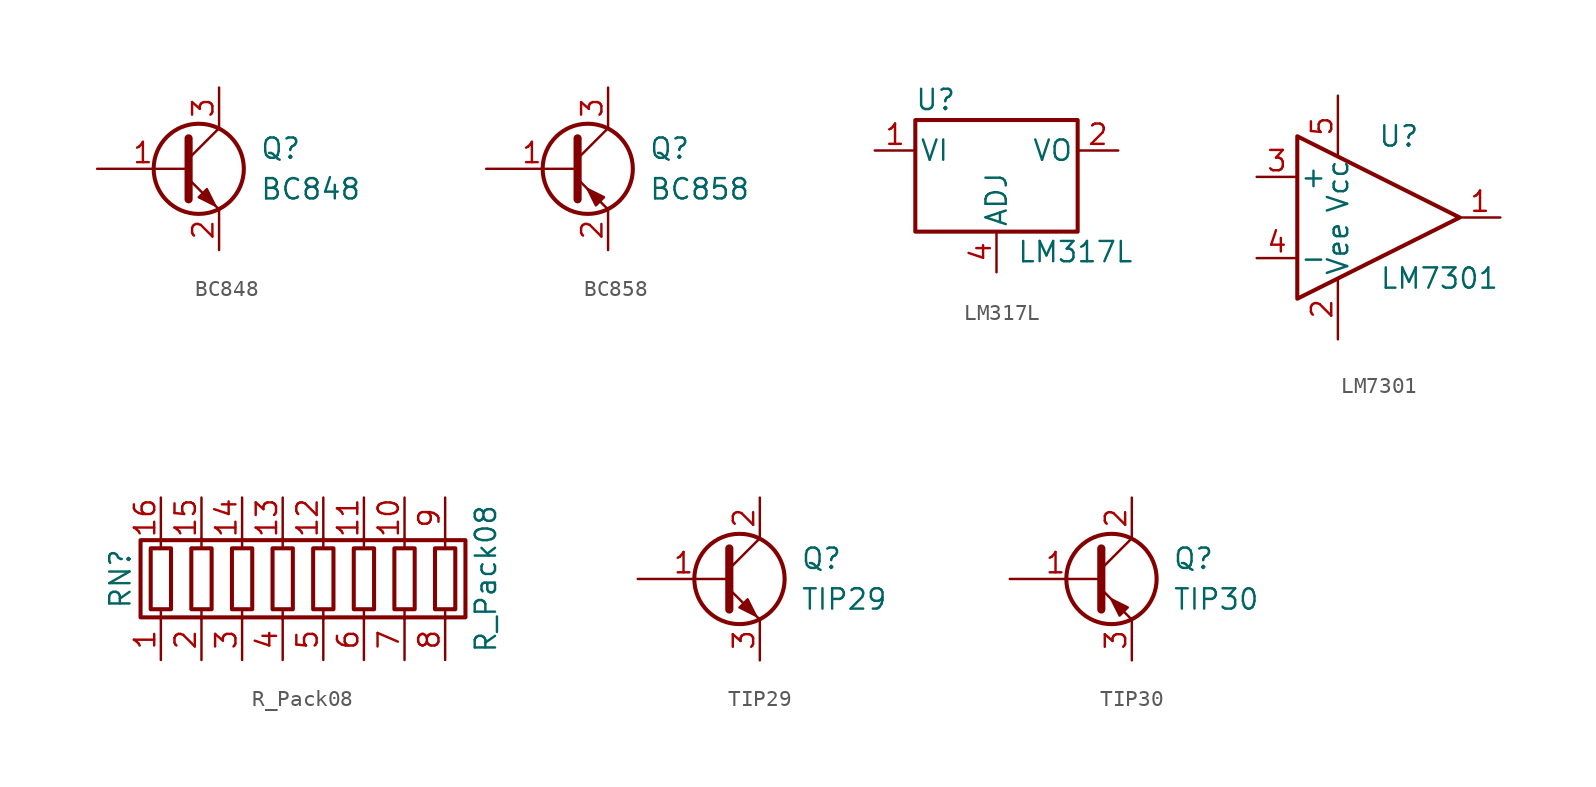
<source format=kicad_sym>
(kicad_symbol_lib
  (version 20220914)
  (generator kicad_symbol_editor)
  (symbol "BC848"
    (pin_names
      (offset 0) hide)
    (property "Reference" "Q"
      (at 5.08 1.27 0)
      (effects (font (size 1.27 1.27)) (justify left)))
    (property "Value" "BC848"
      (at 5.08 -1.27 0)
      (effects (font (size 1.27 1.27)) (justify left)))
    (symbol "BC848_0_1"
      (polyline (pts (xy 0.635 0.635) (xy 2.54 2.54)) (stroke (width 0) (type default)) (fill (type none)))
      (polyline (pts (xy 0.635 -0.635) (xy 2.54 -2.54) (xy 2.54 -2.54)) (stroke (width 0) (type default)) (fill (type none)))
      (polyline (pts (xy 0.635 1.905) (xy 0.635 -1.905) (xy 0.635 -1.905)) (stroke (width 0.508) (type default)) (fill (type none)))
      (polyline (pts (xy 1.27 -1.778) (xy 1.778 -1.27) (xy 2.286 -2.286) (xy 1.27 -1.778) (xy 1.27 -1.778)) (stroke (width 0) (type default)) (fill (type outline)))
      (circle (center 1.27 0) (radius 2.819) (stroke (width 0.254) (type default)) (fill (type none))))
    (symbol "BC848_1_1"
      (pin passive line (at -5.08 0 0) (length 5.715) (name "B" (effects (font (size 1.27 1.27)))) (number "1" (effects (font (size 1.27 1.27)))))
      (pin passive line (at 2.54 -5.08 90) (length 2.54) (name "E" (effects (font (size 1.27 1.27)))) (number "2" (effects (font (size 1.27 1.27)))))
      (pin passive line (at 2.54 5.08 270) (length 2.54) (name "C" (effects (font (size 1.27 1.27)))) (number "3" (effects (font (size 1.27 1.27)))))))
  (symbol "BC858"
    (pin_names
      (offset 0) hide)
    (property "Reference" "Q"
      (at 5.08 1.27 0)
      (effects (font (size 1.27 1.27)) (justify left)))
    (property "Value" "BC858"
      (at 5.08 -1.27 0)
      (effects (font (size 1.27 1.27)) (justify left)))
    (symbol "BC858_0_1"
      (polyline (pts (xy 0.635 0.635) (xy 2.54 2.54)) (stroke (width 0) (type default)) (fill (type none)))
      (polyline (pts (xy 0.635 -0.635) (xy 2.54 -2.54) (xy 2.54 -2.54)) (stroke (width 0) (type default)) (fill (type none)))
      (polyline (pts (xy 0.635 1.905) (xy 0.635 -1.905) (xy 0.635 -1.905)) (stroke (width 0.508) (type default)) (fill (type none)))
      (polyline (pts (xy 2.286 -1.778) (xy 1.778 -2.286) (xy 1.27 -1.27) (xy 2.286 -1.778) (xy 2.286 -1.778)) (stroke (width 0) (type default)) (fill (type outline)))
      (circle (center 1.27 0) (radius 2.819) (stroke (width 0.254) (type default)) (fill (type none))))
    (symbol "BC858_1_1"
      (pin input line (at -5.08 0 0) (length 5.715) (name "B" (effects (font (size 1.27 1.27)))) (number "1" (effects (font (size 1.27 1.27)))))
      (pin passive line (at 2.54 -5.08 90) (length 2.54) (name "E" (effects (font (size 1.27 1.27)))) (number "2" (effects (font (size 1.27 1.27)))))
      (pin passive line (at 2.54 5.08 270) (length 2.54) (name "C" (effects (font (size 1.27 1.27)))) (number "3" (effects (font (size 1.27 1.27)))))))
  (symbol "LM317L"
    (pin_names
      (offset 0.254))
    (property "Reference" "U"
      (at -3.81 3.175 0)
      (effects (font (size 1.27 1.27))))
    (property "Value" "LM317L"
      (at 1.27 -6.35 0)
      (effects (font (size 1.27 1.27)) (justify left)))
    (symbol "LM317L_1_1"
      (rectangle (start -5.08 1.905) (end 5.08 -5.08) (stroke (width 0.254) (type default)) (fill (type none)))
      (pin power_in line (at -7.62 0 0) (length 2.54) (name "VI" (effects (font (size 1.27 1.27)))) (number "1" (effects (font (size 1.27 1.27)))))
      (pin power_out line (at 7.62 0 180) (length 2.54) (name "VO" (effects (font (size 1.27 1.27)))) (number "2" (effects (font (size 1.27 1.27)))))
      (pin passive line (at 7.62 0 180) (length 2.54) hide (name "VO" (effects (font (size 1.27 1.27)))) (number "3" (effects (font (size 1.27 1.27)))))
      (pin input line (at 0 -7.62 90) (length 2.54) (name "ADJ" (effects (font (size 1.27 1.27)))) (number "4" (effects (font (size 1.27 1.27)))))
      (pin no_connect line (at -5.08 -2.54 0) (length 2.54) hide (name "NC" (effects (font (size 1.27 1.27)))) (number "5" (effects (font (size 1.27 1.27)))))
      (pin passive line (at 7.62 0 180) (length 2.54) hide (name "VO" (effects (font (size 1.27 1.27)))) (number "6" (effects (font (size 1.27 1.27)))))
      (pin passive line (at 7.62 0 180) (length 2.54) hide (name "VO" (effects (font (size 1.27 1.27)))) (number "7" (effects (font (size 1.27 1.27)))))
      (pin no_connect line (at 5.08 -2.54 180) (length 2.54) hide (name "NC" (effects (font (size 1.27 1.27)))) (number "8" (effects (font (size 1.27 1.27)))))))
  (symbol "LM7301"
    (pin_names
      (offset 0.127))
    (property "Reference" "U"
      (at 1.27 5.08 0)
      (effects (font (size 1.27 1.27))))
    (property "Value" "LM7301"
      (at 3.81 -3.81 0)
      (effects (font (size 1.27 1.27))))
    (symbol "LM7301_1_1"
      (polyline (pts (xy -5.08 5.08) (xy 5.08 0) (xy -5.08 -5.08) (xy -5.08 5.08)) (stroke (width 0.254) (type default)) (fill (type none)))
      (pin output line (at 7.62 0 180) (length 2.54) (name "~" (effects (font (size 1.27 1.27)))) (number "1" (effects (font (size 1.27 1.27)))))
      (pin power_in line (at -2.54 -7.62 90) (length 3.81) (name "Vee" (effects (font (size 1.27 1.27)))) (number "2" (effects (font (size 1.27 1.27)))))
      (pin input line (at -7.62 2.54 0) (length 2.54) (name "+" (effects (font (size 1.27 1.27)))) (number "3" (effects (font (size 1.27 1.27)))))
      (pin input line (at -7.62 -2.54 0) (length 2.54) (name "-" (effects (font (size 1.27 1.27)))) (number "4" (effects (font (size 1.27 1.27)))))
      (pin power_in line (at -2.54 7.62 270) (length 3.81) (name "Vcc" (effects (font (size 1.27 1.27)))) (number "5" (effects (font (size 1.27 1.27)))))))
  (symbol "R_Pack08"
    (pin_names
      (offset 0) hide)
    (property "Reference" "RN"
      (at -12.7 0 90)
      (effects (font (size 1.27 1.27))))
    (property "Value" "R_Pack08"
      (at 10.16 0 90)
      (effects (font (size 1.27 1.27))))
    (symbol "R_Pack08_0_1"
      (rectangle (start -10.795 1.905) (end -9.525 -1.905) (stroke (width 0.254) (type default)) (fill (type none)))
      (rectangle (start -8.255 1.905) (end -6.985 -1.905) (stroke (width 0.254) (type default)) (fill (type none)))
      (rectangle (start -5.715 1.905) (end -4.445 -1.905) (stroke (width 0.254) (type default)) (fill (type none)))
      (rectangle (start -3.175 1.905) (end -1.905 -1.905) (stroke (width 0.254) (type default)) (fill (type none)))
      (rectangle (start -0.635 1.905) (end 0.635 -1.905) (stroke (width 0.254) (type default)) (fill (type none)))
      (polyline (pts (xy -10.16 -2.54) (xy -10.16 -1.905)) (stroke (width 0) (type default)) (fill (type none)))
      (polyline (pts (xy -10.16 1.905) (xy -10.16 2.54)) (stroke (width 0) (type default)) (fill (type none)))
      (polyline (pts (xy -7.62 -2.54) (xy -7.62 -1.905)) (stroke (width 0) (type default)) (fill (type none)))
      (polyline (pts (xy -7.62 1.905) (xy -7.62 2.54)) (stroke (width 0) (type default)) (fill (type none)))
      (polyline (pts (xy -5.08 -2.54) (xy -5.08 -1.905)) (stroke (width 0) (type default)) (fill (type none)))
      (polyline (pts (xy -5.08 1.905) (xy -5.08 2.54)) (stroke (width 0) (type default)) (fill (type none)))
      (polyline (pts (xy -2.54 -2.54) (xy -2.54 -1.905)) (stroke (width 0) (type default)) (fill (type none)))
      (polyline (pts (xy -2.54 1.905) (xy -2.54 2.54)) (stroke (width 0) (type default)) (fill (type none)))
      (polyline (pts (xy 0 -2.54) (xy 0 -1.905)) (stroke (width 0) (type default)) (fill (type none)))
      (polyline (pts (xy 0 1.905) (xy 0 2.54)) (stroke (width 0) (type default)) (fill (type none)))
      (polyline (pts (xy 2.54 -2.54) (xy 2.54 -1.905)) (stroke (width 0) (type default)) (fill (type none)))
      (polyline (pts (xy 2.54 1.905) (xy 2.54 2.54)) (stroke (width 0) (type default)) (fill (type none)))
      (polyline (pts (xy 5.08 -2.54) (xy 5.08 -1.905)) (stroke (width 0) (type default)) (fill (type none)))
      (polyline (pts (xy 5.08 1.905) (xy 5.08 2.54)) (stroke (width 0) (type default)) (fill (type none)))
      (polyline (pts (xy 7.62 -2.54) (xy 7.62 -1.905)) (stroke (width 0) (type default)) (fill (type none)))
      (polyline (pts (xy 7.62 1.905) (xy 7.62 2.54)) (stroke (width 0) (type default)) (fill (type none)))
      (rectangle (start 1.905 1.905) (end 3.175 -1.905) (stroke (width 0.254) (type default)) (fill (type none)))
      (rectangle (start 4.445 1.905) (end 5.715 -1.905) (stroke (width 0.254) (type default)) (fill (type none)))
      (rectangle (start 6.985 1.905) (end 8.255 -1.905) (stroke (width 0.254) (type default)) (fill (type none))))
    (symbol "R_Pack08_1_1"
      (rectangle (start -11.43 2.413) (end 8.89 -2.413) (stroke (width 0.254) (type default)) (fill (type none)))
      (pin passive line (at -10.16 -5.08 90) (length 2.54) (name "R1.1" (effects (font (size 1.27 1.27)))) (number "1" (effects (font (size 1.27 1.27)))))
      (pin passive line (at 5.08 5.08 270) (length 2.54) (name "R7.2" (effects (font (size 1.27 1.27)))) (number "10" (effects (font (size 1.27 1.27)))))
      (pin passive line (at 2.54 5.08 270) (length 2.54) (name "R6.2" (effects (font (size 1.27 1.27)))) (number "11" (effects (font (size 1.27 1.27)))))
      (pin passive line (at 0 5.08 270) (length 2.54) (name "R5.2" (effects (font (size 1.27 1.27)))) (number "12" (effects (font (size 1.27 1.27)))))
      (pin passive line (at -2.54 5.08 270) (length 2.54) (name "R4.2" (effects (font (size 1.27 1.27)))) (number "13" (effects (font (size 1.27 1.27)))))
      (pin passive line (at -5.08 5.08 270) (length 2.54) (name "R3.2" (effects (font (size 1.27 1.27)))) (number "14" (effects (font (size 1.27 1.27)))))
      (pin passive line (at -7.62 5.08 270) (length 2.54) (name "R2.2" (effects (font (size 1.27 1.27)))) (number "15" (effects (font (size 1.27 1.27)))))
      (pin passive line (at -10.16 5.08 270) (length 2.54) (name "R1.2" (effects (font (size 1.27 1.27)))) (number "16" (effects (font (size 1.27 1.27)))))
      (pin passive line (at -7.62 -5.08 90) (length 2.54) (name "R2.1" (effects (font (size 1.27 1.27)))) (number "2" (effects (font (size 1.27 1.27)))))
      (pin passive line (at -5.08 -5.08 90) (length 2.54) (name "R3.1" (effects (font (size 1.27 1.27)))) (number "3" (effects (font (size 1.27 1.27)))))
      (pin passive line (at -2.54 -5.08 90) (length 2.54) (name "R4.1" (effects (font (size 1.27 1.27)))) (number "4" (effects (font (size 1.27 1.27)))))
      (pin passive line (at 0 -5.08 90) (length 2.54) (name "R5.1" (effects (font (size 1.27 1.27)))) (number "5" (effects (font (size 1.27 1.27)))))
      (pin passive line (at 2.54 -5.08 90) (length 2.54) (name "R6.1" (effects (font (size 1.27 1.27)))) (number "6" (effects (font (size 1.27 1.27)))))
      (pin passive line (at 5.08 -5.08 90) (length 2.54) (name "R7.1" (effects (font (size 1.27 1.27)))) (number "7" (effects (font (size 1.27 1.27)))))
      (pin passive line (at 7.62 -5.08 90) (length 2.54) (name "R8.1" (effects (font (size 1.27 1.27)))) (number "8" (effects (font (size 1.27 1.27)))))
      (pin passive line (at 7.62 5.08 270) (length 2.54) (name "R8.2" (effects (font (size 1.27 1.27)))) (number "9" (effects (font (size 1.27 1.27)))))))
  (symbol "TIP29"
    (pin_names
      (offset 0) hide)
    (property "Reference" "Q"
      (at 5.08 1.27 0)
      (effects (font (size 1.27 1.27)) (justify left)))
    (property "Value" "TIP29"
      (at 5.08 -1.27 0)
      (effects (font (size 1.27 1.27)) (justify left)))
    (symbol "TIP29_0_1"
      (polyline (pts (xy 0.635 0.635) (xy 2.54 2.54)) (stroke (width 0) (type default)) (fill (type none)))
      (polyline (pts (xy 0.635 -0.635) (xy 2.54 -2.54) (xy 2.54 -2.54)) (stroke (width 0) (type default)) (fill (type none)))
      (polyline (pts (xy 0.635 1.905) (xy 0.635 -1.905) (xy 0.635 -1.905)) (stroke (width 0.508) (type default)) (fill (type none)))
      (polyline (pts (xy 1.27 -1.778) (xy 1.778 -1.27) (xy 2.286 -2.286) (xy 1.27 -1.778) (xy 1.27 -1.778)) (stroke (width 0) (type default)) (fill (type outline)))
      (circle (center 1.27 0) (radius 2.819) (stroke (width 0.254) (type default)) (fill (type none))))
    (symbol "TIP29_1_1"
      (pin input line (at -5.08 0 0) (length 5.715) (name "B" (effects (font (size 1.27 1.27)))) (number "1" (effects (font (size 1.27 1.27)))))
      (pin passive line (at 2.54 5.08 270) (length 2.54) (name "C" (effects (font (size 1.27 1.27)))) (number "2" (effects (font (size 1.27 1.27)))))
      (pin passive line (at 2.54 -5.08 90) (length 2.54) (name "E" (effects (font (size 1.27 1.27)))) (number "3" (effects (font (size 1.27 1.27)))))))
  (symbol "TIP30"
    (pin_names
      (offset 0) hide)
    (property "Reference" "Q"
      (at 5.08 1.27 0)
      (effects (font (size 1.27 1.27)) (justify left)))
    (property "Value" "TIP30"
      (at 5.08 -1.27 0)
      (effects (font (size 1.27 1.27)) (justify left)))
    (symbol "TIP30_0_1"
      (polyline (pts (xy 0.635 0.635) (xy 2.54 2.54)) (stroke (width 0) (type default)) (fill (type none)))
      (polyline (pts (xy 0.635 -0.635) (xy 2.54 -2.54) (xy 2.54 -2.54)) (stroke (width 0) (type default)) (fill (type none)))
      (polyline (pts (xy 0.635 1.905) (xy 0.635 -1.905) (xy 0.635 -1.905)) (stroke (width 0.508) (type default)) (fill (type none)))
      (polyline (pts (xy 2.286 -1.778) (xy 1.778 -2.286) (xy 1.27 -1.27) (xy 2.286 -1.778) (xy 2.286 -1.778)) (stroke (width 0) (type default)) (fill (type outline)))
      (circle (center 1.27 0) (radius 2.819) (stroke (width 0.254) (type default)) (fill (type none))))
    (symbol "TIP30_1_1"
      (pin input line (at -5.08 0 0) (length 5.715) (name "B" (effects (font (size 1.27 1.27)))) (number "1" (effects (font (size 1.27 1.27)))))
      (pin passive line (at 2.54 5.08 270) (length 2.54) (name "C" (effects (font (size 1.27 1.27)))) (number "2" (effects (font (size 1.27 1.27)))))
      (pin passive line (at 2.54 -5.08 90) (length 2.54) (name "E" (effects (font (size 1.27 1.27)))) (number "3" (effects (font (size 1.27 1.27))))))))
</source>
